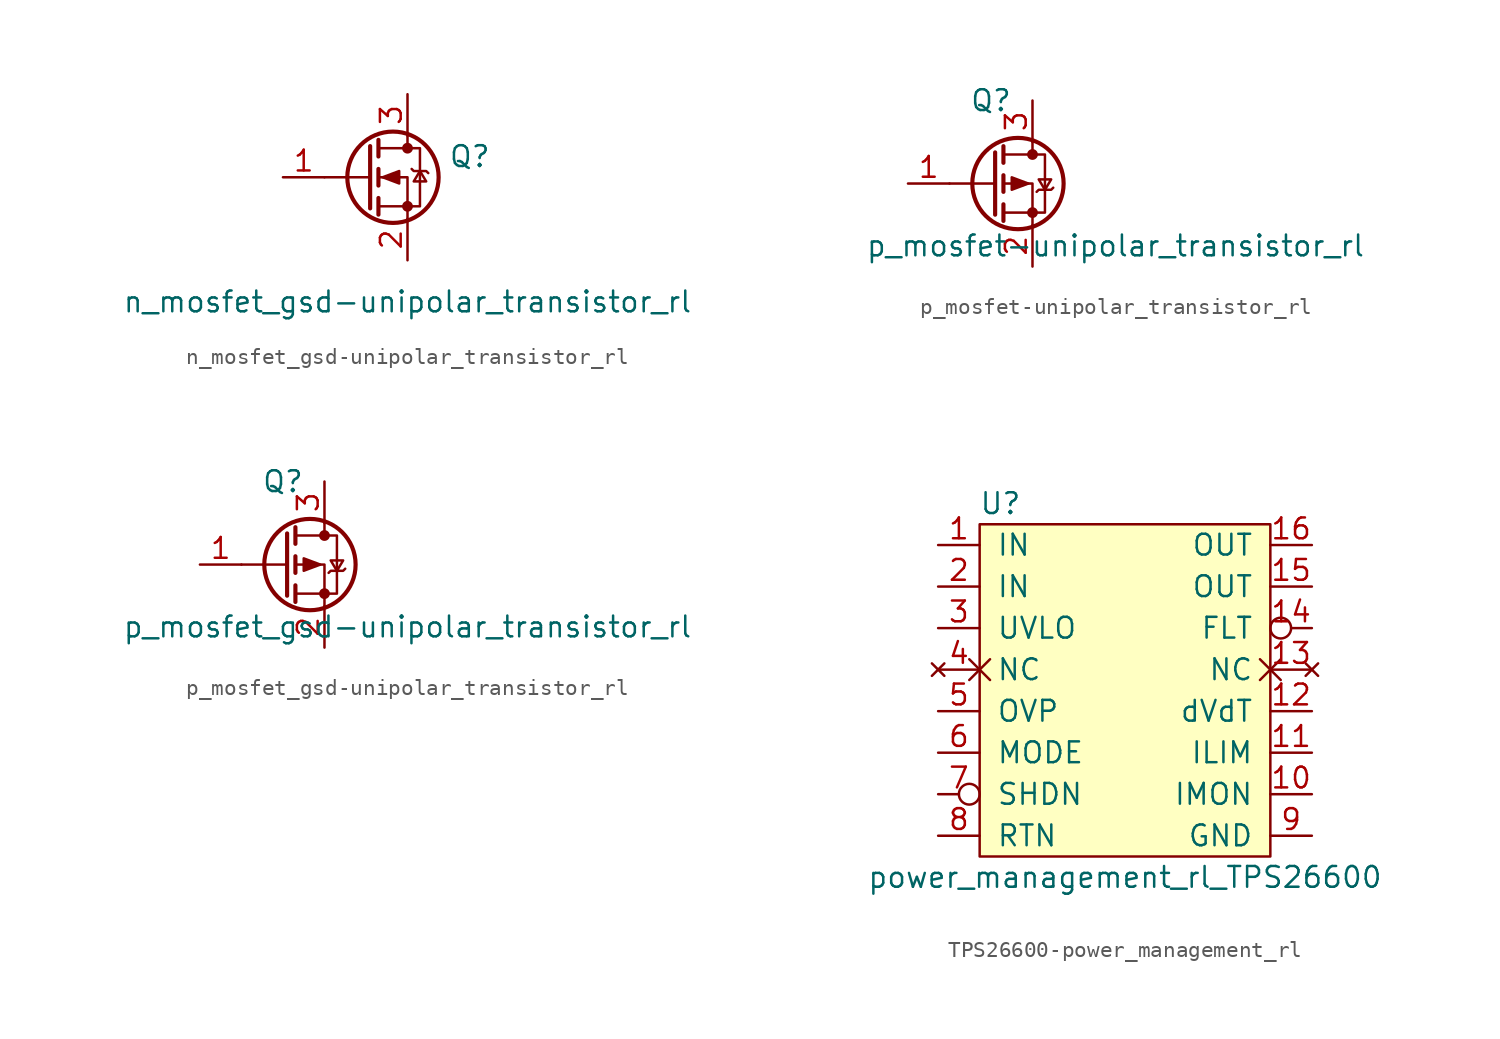
<source format=kicad_sym>
(kicad_symbol_lib
  (version 20220914)
  (generator kicad_symbol_editor)
  (symbol "n_mosfet_gsd-unipolar_transistor_rl"
    (pin_names hide)
    (property "Reference" "Q"
      (at 3.81 1.27 0)
      (effects (font (size 1.27 1.27))))
    (property "Value" "n_mosfet_gsd-unipolar_transistor_rl"
      (at 0 -7.62 0)
      (effects (font (size 1.27 1.27))))
    (symbol "n_mosfet_gsd-unipolar_transistor_rl_1_1"
      (circle (center -0.889 0) (radius 2.794) (stroke (width 0.254) (type solid)) (fill (type none)))
      (circle (center 0 -1.778) (radius 0.254) (stroke (width 0) (type solid)) (fill (type outline)))
      (polyline (pts (xy -2.286 0) (xy -5.08 0)) (stroke (width 0) (type solid)) (fill (type none)))
      (polyline (pts (xy -2.286 1.905) (xy -2.286 -1.905)) (stroke (width 0.254) (type solid)) (fill (type none)))
      (polyline (pts (xy -1.778 -1.27) (xy -1.778 -2.286)) (stroke (width 0.254) (type solid)) (fill (type none)))
      (polyline (pts (xy -1.778 0.508) (xy -1.778 -0.508)) (stroke (width 0.254) (type solid)) (fill (type none)))
      (polyline (pts (xy -1.778 2.286) (xy -1.778 1.27)) (stroke (width 0.254) (type solid)) (fill (type none)))
      (polyline (pts (xy 0 2.54) (xy 0 1.778)) (stroke (width 0) (type solid)) (fill (type none)))
      (polyline (pts (xy 0 -2.54) (xy 0 0) (xy -1.778 0)) (stroke (width 0) (type solid)) (fill (type none)))
      (polyline (pts (xy -1.778 -1.778) (xy 0.762 -1.778) (xy 0.762 1.778) (xy -1.778 1.778)) (stroke (width 0) (type solid)) (fill (type none)))
      (polyline (pts (xy -1.524 0) (xy -0.508 0.381) (xy -0.508 -0.381) (xy -1.524 0)) (stroke (width 0) (type solid)) (fill (type outline)))
      (polyline (pts (xy 0.254 0.508) (xy 0.381 0.381) (xy 1.143 0.381) (xy 1.27 0.254)) (stroke (width 0) (type solid)) (fill (type none)))
      (polyline (pts (xy 0.762 0.381) (xy 0.381 -0.254) (xy 1.143 -0.254) (xy 0.762 0.381)) (stroke (width 0) (type solid)) (fill (type none)))
      (circle (center 0 1.778) (radius 0.254) (stroke (width 0) (type solid)) (fill (type outline)))
      (pin input line (at -7.62 0 0) (length 2.54) (name "G" (effects (font (size 1.27 1.27)))) (number "1" (effects (font (size 1.27 1.27)))))
      (pin passive line (at 0 -5.08 90) (length 2.54) (name "S" (effects (font (size 1.27 1.27)))) (number "2" (effects (font (size 1.27 1.27)))))
      (pin passive line (at 0 5.08 270) (length 2.54) (name "D" (effects (font (size 1.27 1.27)))) (number "3" (effects (font (size 1.27 1.27)))))))
  (symbol "p_mosfet-unipolar_transistor_rl"
    (pin_names
      (offset 1.016) hide)
    (property "Reference" "Q"
      (at 0 5.08 0)
      (effects (font (size 1.27 1.27))))
    (property "Value" "p_mosfet-unipolar_transistor_rl"
      (at 7.62 -3.81 0)
      (effects (font (size 1.27 1.27))))
    (symbol "p_mosfet-unipolar_transistor_rl_1_1"
      (polyline (pts (xy 0.254 0) (xy -2.54 0)) (stroke (width 0) (type solid)) (fill (type none)))
      (polyline (pts (xy 0.254 1.905) (xy 0.254 -1.905)) (stroke (width 0.254) (type solid)) (fill (type none)))
      (polyline (pts (xy 0.762 -1.27) (xy 0.762 -2.286)) (stroke (width 0.254) (type solid)) (fill (type none)))
      (polyline (pts (xy 0.762 0.508) (xy 0.762 -0.508)) (stroke (width 0.254) (type solid)) (fill (type none)))
      (polyline (pts (xy 0.762 2.286) (xy 0.762 1.27)) (stroke (width 0.254) (type solid)) (fill (type none)))
      (polyline (pts (xy 2.54 2.54) (xy 2.54 1.778)) (stroke (width 0) (type solid)) (fill (type none)))
      (polyline (pts (xy 2.54 -2.54) (xy 2.54 0) (xy 0.762 0)) (stroke (width 0) (type solid)) (fill (type none)))
      (polyline (pts (xy 0.762 1.778) (xy 3.302 1.778) (xy 3.302 -1.778) (xy 0.762 -1.778)) (stroke (width 0) (type solid)) (fill (type none)))
      (polyline (pts (xy 2.286 0) (xy 1.27 0.381) (xy 1.27 -0.381) (xy 2.286 0)) (stroke (width 0) (type solid)) (fill (type outline)))
      (polyline (pts (xy 2.794 -0.508) (xy 2.921 -0.381) (xy 3.683 -0.381) (xy 3.81 -0.254)) (stroke (width 0) (type solid)) (fill (type none)))
      (polyline (pts (xy 3.302 -0.381) (xy 2.921 0.254) (xy 3.683 0.254) (xy 3.302 -0.381)) (stroke (width 0) (type solid)) (fill (type none)))
      (circle (center 1.651 0) (radius 2.794) (stroke (width 0.254) (type solid)) (fill (type none)))
      (circle (center 2.54 -1.778) (radius 0.254) (stroke (width 0) (type solid)) (fill (type outline)))
      (circle (center 2.54 1.778) (radius 0.254) (stroke (width 0) (type solid)) (fill (type outline)))
      (pin input line (at -5.08 0 0) (length 2.54) (name "G" (effects (font (size 1.27 1.27)))) (number "1" (effects (font (size 1.27 1.27)))))
      (pin passive line (at 2.54 -5.08 90) (length 2.54) (name "S" (effects (font (size 1.27 1.27)))) (number "2" (effects (font (size 1.27 1.27)))))
      (pin passive line (at 2.54 5.08 270) (length 2.54) (name "D" (effects (font (size 1.27 1.27)))) (number "3" (effects (font (size 1.27 1.27)))))))
  (symbol "p_mosfet_gsd-unipolar_transistor_rl"
    (pin_names
      (offset 1.016) hide)
    (property "Reference" "Q"
      (at 0 5.08 0)
      (effects (font (size 1.27 1.27))))
    (property "Value" "p_mosfet_gsd-unipolar_transistor_rl"
      (at 7.62 -3.81 0)
      (effects (font (size 1.27 1.27))))
    (symbol "p_mosfet_gsd-unipolar_transistor_rl_1_1"
      (polyline (pts (xy 0.254 0) (xy -2.54 0)) (stroke (width 0) (type solid)) (fill (type none)))
      (polyline (pts (xy 0.254 1.905) (xy 0.254 -1.905)) (stroke (width 0.254) (type solid)) (fill (type none)))
      (polyline (pts (xy 0.762 -1.27) (xy 0.762 -2.286)) (stroke (width 0.254) (type solid)) (fill (type none)))
      (polyline (pts (xy 0.762 0.508) (xy 0.762 -0.508)) (stroke (width 0.254) (type solid)) (fill (type none)))
      (polyline (pts (xy 0.762 2.286) (xy 0.762 1.27)) (stroke (width 0.254) (type solid)) (fill (type none)))
      (polyline (pts (xy 2.54 2.54) (xy 2.54 1.778)) (stroke (width 0) (type solid)) (fill (type none)))
      (polyline (pts (xy 2.54 -2.54) (xy 2.54 0) (xy 0.762 0)) (stroke (width 0) (type solid)) (fill (type none)))
      (polyline (pts (xy 0.762 1.778) (xy 3.302 1.778) (xy 3.302 -1.778) (xy 0.762 -1.778)) (stroke (width 0) (type solid)) (fill (type none)))
      (polyline (pts (xy 2.286 0) (xy 1.27 0.381) (xy 1.27 -0.381) (xy 2.286 0)) (stroke (width 0) (type solid)) (fill (type outline)))
      (polyline (pts (xy 2.794 -0.508) (xy 2.921 -0.381) (xy 3.683 -0.381) (xy 3.81 -0.254)) (stroke (width 0) (type solid)) (fill (type none)))
      (polyline (pts (xy 3.302 -0.381) (xy 2.921 0.254) (xy 3.683 0.254) (xy 3.302 -0.381)) (stroke (width 0) (type solid)) (fill (type none)))
      (circle (center 1.651 0) (radius 2.794) (stroke (width 0.254) (type solid)) (fill (type none)))
      (circle (center 2.54 -1.778) (radius 0.254) (stroke (width 0) (type solid)) (fill (type outline)))
      (circle (center 2.54 1.778) (radius 0.254) (stroke (width 0) (type solid)) (fill (type outline)))
      (pin input line (at -5.08 0 0) (length 2.54) (name "G" (effects (font (size 1.27 1.27)))) (number "1" (effects (font (size 1.27 1.27)))))
      (pin passive line (at 2.54 -5.08 90) (length 2.54) (name "S" (effects (font (size 1.27 1.27)))) (number "2" (effects (font (size 1.27 1.27)))))
      (pin passive line (at 2.54 5.08 270) (length 2.54) (name "D" (effects (font (size 1.27 1.27)))) (number "3" (effects (font (size 1.27 1.27)))))))
  (symbol "TPS26600-power_management_rl"
    (pin_names
      (offset 1.016))
    (property "Reference" "U"
      (at -7.62 7.62 0)
      (effects (font (size 1.27 1.27))))
    (property "Value" "power_management_rl_TPS26600"
      (at 0 -15.24 0)
      (effects (font (size 1.27 1.27))))
    (symbol "TPS26600-power_management_rl_1_1"
      (rectangle (start -8.89 6.35) (end 8.89 -13.97) (stroke (width 0) (type solid)) (fill (type background)))
      (pin power_in line (at -11.43 5.08 0) (length 2.54) (name "IN" (effects (font (size 1.27 1.27)))) (number "1" (effects (font (size 1.27 1.27)))))
      (pin output line (at 11.43 -10.16 180) (length 2.54) (name "IMON" (effects (font (size 1.27 1.27)))) (number "10" (effects (font (size 1.27 1.27)))))
      (pin bidirectional line (at 11.43 -7.62 180) (length 2.54) (name "ILIM" (effects (font (size 1.27 1.27)))) (number "11" (effects (font (size 1.27 1.27)))))
      (pin bidirectional line (at 11.43 -5.08 180) (length 2.54) (name "dVdT" (effects (font (size 1.27 1.27)))) (number "12" (effects (font (size 1.27 1.27)))))
      (pin no_connect non_logic (at 11.43 -2.54 180) (length 2.54) (name "NC" (effects (font (size 1.27 1.27)))) (number "13" (effects (font (size 1.27 1.27)))))
      (pin output inverted (at 11.43 0 180) (length 2.54) (name "FLT" (effects (font (size 1.27 1.27)))) (number "14" (effects (font (size 1.27 1.27)))))
      (pin power_out line (at 11.43 2.54 180) (length 2.54) (name "OUT" (effects (font (size 1.27 1.27)))) (number "15" (effects (font (size 1.27 1.27)))))
      (pin power_out line (at 11.43 5.08 180) (length 2.54) (name "OUT" (effects (font (size 1.27 1.27)))) (number "16" (effects (font (size 1.27 1.27)))))
      (pin power_in line (at -11.43 2.54 0) (length 2.54) (name "IN" (effects (font (size 1.27 1.27)))) (number "2" (effects (font (size 1.27 1.27)))))
      (pin input line (at -11.43 0 0) (length 2.54) (name "UVLO" (effects (font (size 1.27 1.27)))) (number "3" (effects (font (size 1.27 1.27)))))
      (pin no_connect non_logic (at -11.43 -2.54 0) (length 2.54) (name "NC" (effects (font (size 1.27 1.27)))) (number "4" (effects (font (size 1.27 1.27)))))
      (pin input line (at -11.43 -5.08 0) (length 2.54) (name "OVP" (effects (font (size 1.27 1.27)))) (number "5" (effects (font (size 1.27 1.27)))))
      (pin input line (at -11.43 -7.62 0) (length 2.54) (name "MODE" (effects (font (size 1.27 1.27)))) (number "6" (effects (font (size 1.27 1.27)))))
      (pin input inverted (at -11.43 -10.16 0) (length 2.54) (name "SHDN" (effects (font (size 1.27 1.27)))) (number "7" (effects (font (size 1.27 1.27)))))
      (pin unspecified non_logic (at 1.27 -15.24 180) (length 2.54) hide (name "PowerPad" (effects (font (size 1.27 1.27)))) (number "8" (effects (font (size 1.27 1.27)))))
      (pin power_out line (at -11.43 -12.7 0) (length 2.54) (name "RTN" (effects (font (size 1.27 1.27)))) (number "8" (effects (font (size 1.27 1.27)))))
      (pin power_in line (at 11.43 -12.7 180) (length 2.54) (name "GND" (effects (font (size 1.27 1.27)))) (number "9" (effects (font (size 1.27 1.27))))))))
</source>
